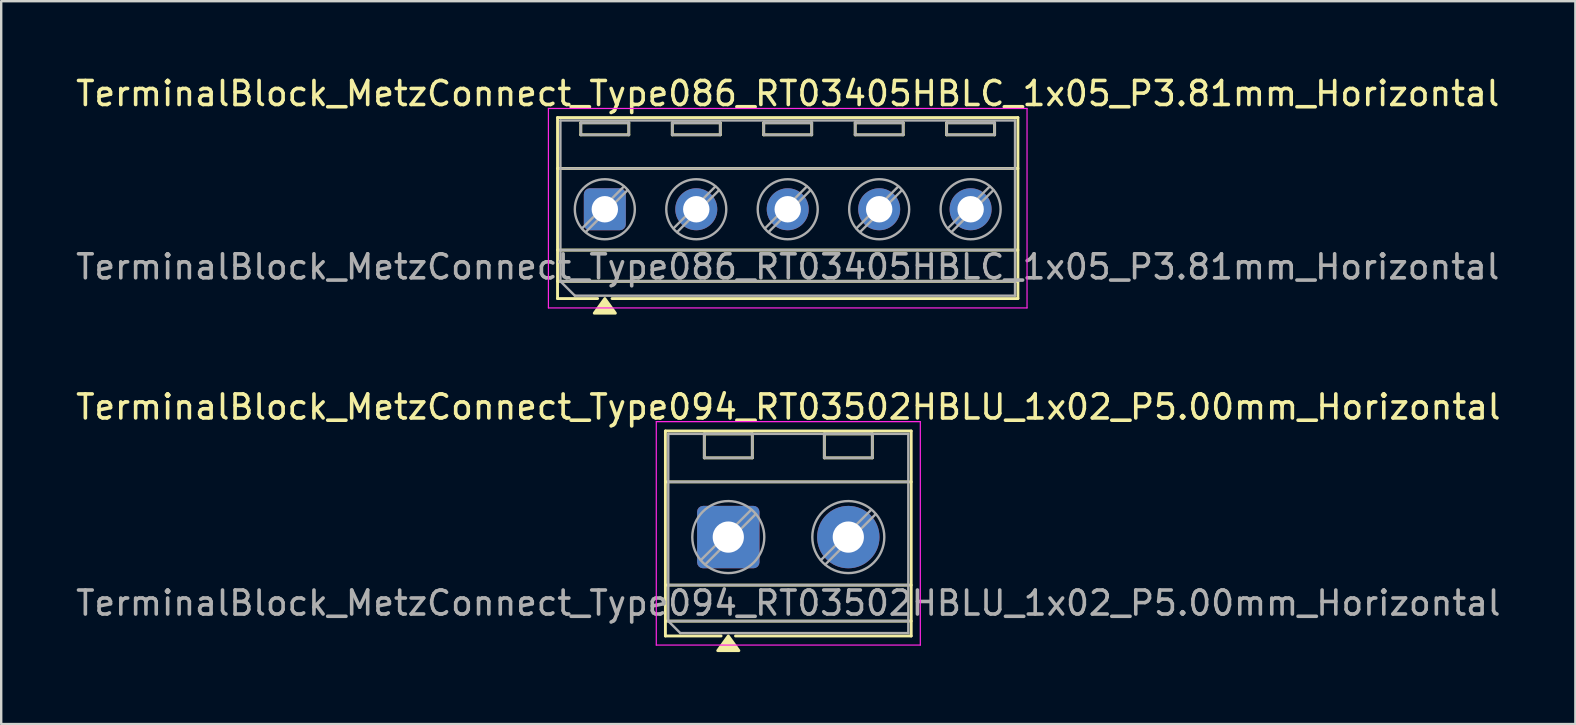
<source format=kicad_pcb>
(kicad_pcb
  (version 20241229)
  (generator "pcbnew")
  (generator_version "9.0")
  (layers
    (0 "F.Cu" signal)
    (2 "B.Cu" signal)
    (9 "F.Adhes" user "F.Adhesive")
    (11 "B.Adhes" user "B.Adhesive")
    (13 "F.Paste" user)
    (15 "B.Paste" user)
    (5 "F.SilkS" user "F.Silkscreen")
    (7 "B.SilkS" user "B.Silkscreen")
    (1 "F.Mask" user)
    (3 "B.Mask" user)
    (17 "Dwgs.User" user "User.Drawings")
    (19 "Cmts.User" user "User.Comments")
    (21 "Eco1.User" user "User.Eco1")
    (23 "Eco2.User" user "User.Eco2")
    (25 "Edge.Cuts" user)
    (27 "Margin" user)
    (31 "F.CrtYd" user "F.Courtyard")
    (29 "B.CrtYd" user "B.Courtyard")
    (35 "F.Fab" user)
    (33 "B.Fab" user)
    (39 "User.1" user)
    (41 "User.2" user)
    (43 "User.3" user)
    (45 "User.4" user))
  (footprint "TerminalBlock_MetzConnect_Type086_RT03405HBLC_1x05_P3.81mm_Horizontal"
    (layer "F.Cu")
    (at 22.148 5.668)
    (property "Reference" "TerminalBlock_MetzConnect_Type086_RT03405HBLC_1x05_P3.81mm_Horizontal" (at 7.62 -4.82 0) (layer "F.SilkS") (effects (font (size 1 1) (thickness 0.15))))
    (attr through_hole)
    (fp_line (start -1.97 -3.82) (end -1.97 3.72) (stroke (width 0.12) (type solid)) (layer "F.SilkS"))
    (fp_line (start -1.97 -3.82) (end 17.21 -3.82) (stroke (width 0.12) (type solid)) (layer "F.SilkS"))
    (fp_line (start -1.97 -1.7) (end 17.21 -1.7) (stroke (width 0.12) (type solid)) (layer "F.SilkS"))
    (fp_line (start -1.97 1.7) (end 17.21 1.7) (stroke (width 0.12) (type solid)) (layer "F.SilkS"))
    (fp_line (start -1.97 3) (end 17.21 3) (stroke (width 0.12) (type solid)) (layer "F.SilkS"))
    (fp_line (start -1.97 3.72) (end -0.3 3.72) (stroke (width 0.12) (type solid)) (layer "F.SilkS"))
    (fp_line (start -1 -3.6) (end -1 -3.1) (stroke (width 0.12) (type solid)) (layer "F.SilkS"))
    (fp_line (start -1 -3.6) (end 1 -3.6) (stroke (width 0.12) (type solid)) (layer "F.SilkS"))
    (fp_line (start -1 -3.1) (end 1 -3.1) (stroke (width 0.12) (type solid)) (layer "F.SilkS"))
    (fp_line (start 0.3 3.72) (end 17.21 3.72) (stroke (width 0.12) (type solid)) (layer "F.SilkS"))
    (fp_line (start 1 -3.6) (end 1 -3.1) (stroke (width 0.12) (type solid)) (layer "F.SilkS"))
    (fp_line (start 2.81 -3.6) (end 2.81 -3.1) (stroke (width 0.12) (type solid)) (layer "F.SilkS"))
    (fp_line (start 2.81 -3.6) (end 4.81 -3.6) (stroke (width 0.12) (type solid)) (layer "F.SilkS"))
    (fp_line (start 2.81 -3.1) (end 4.81 -3.1) (stroke (width 0.12) (type solid)) (layer "F.SilkS"))
    (fp_line (start 4.81 -3.6) (end 4.81 -3.1) (stroke (width 0.12) (type solid)) (layer "F.SilkS"))
    (fp_line (start 6.62 -3.6) (end 6.62 -3.1) (stroke (width 0.12) (type solid)) (layer "F.SilkS"))
    (fp_line (start 6.62 -3.6) (end 8.62 -3.6) (stroke (width 0.12) (type solid)) (layer "F.SilkS"))
    (fp_line (start 6.62 -3.1) (end 8.62 -3.1) (stroke (width 0.12) (type solid)) (layer "F.SilkS"))
    (fp_line (start 8.62 -3.6) (end 8.62 -3.1) (stroke (width 0.12) (type solid)) (layer "F.SilkS"))
    (fp_line (start 10.43 -3.6) (end 10.43 -3.1) (stroke (width 0.12) (type solid)) (layer "F.SilkS"))
    (fp_line (start 10.43 -3.6) (end 12.43 -3.6) (stroke (width 0.12) (type solid)) (layer "F.SilkS"))
    (fp_line (start 10.43 -3.1) (end 12.43 -3.1) (stroke (width 0.12) (type solid)) (layer "F.SilkS"))
    (fp_line (start 12.43 -3.6) (end 12.43 -3.1) (stroke (width 0.12) (type solid)) (layer "F.SilkS"))
    (fp_line (start 14.24 -3.6) (end 14.24 -3.1) (stroke (width 0.12) (type solid)) (layer "F.SilkS"))
    (fp_line (start 14.24 -3.6) (end 16.24 -3.6) (stroke (width 0.12) (type solid)) (layer "F.SilkS"))
    (fp_line (start 14.24 -3.1) (end 16.24 -3.1) (stroke (width 0.12) (type solid)) (layer "F.SilkS"))
    (fp_line (start 16.24 -3.6) (end 16.24 -3.1) (stroke (width 0.12) (type solid)) (layer "F.SilkS"))
    (fp_line (start 17.21 -3.82) (end 17.21 3.72) (stroke (width 0.12) (type solid)) (layer "F.SilkS"))
    (fp_poly (pts (xy 0 3.72) (xy 0.44 4.33) (xy -0.44 4.33)) (stroke (width 0.12) (type solid)) (fill yes) (layer "F.SilkS"))
    (fp_line (start -2.35 -4.2) (end -2.35 4.11) (stroke (width 0.05) (type solid)) (layer "F.CrtYd"))
    (fp_line (start -2.35 4.11) (end 17.59 4.11) (stroke (width 0.05) (type solid)) (layer "F.CrtYd"))
    (fp_line (start 17.59 -4.2) (end -2.35 -4.2) (stroke (width 0.05) (type solid)) (layer "F.CrtYd"))
    (fp_line (start 17.59 4.11) (end 17.59 -4.2) (stroke (width 0.05) (type solid)) (layer "F.CrtYd"))
    (fp_line (start -1.85 -3.7) (end 17.09 -3.7) (stroke (width 0.1) (type solid)) (layer "F.Fab"))
    (fp_line (start -1.85 -1.7) (end 17.09 -1.7) (stroke (width 0.1) (type solid)) (layer "F.Fab"))
    (fp_line (start -1.85 1.7) (end 17.09 1.7) (stroke (width 0.1) (type solid)) (layer "F.Fab"))
    (fp_line (start -1.85 3) (end -1.85 -3.7) (stroke (width 0.1) (type solid)) (layer "F.Fab"))
    (fp_line (start -1.85 3) (end 17.09 3) (stroke (width 0.1) (type solid)) (layer "F.Fab"))
    (fp_line (start -1.25 3.6) (end -1.85 3) (stroke (width 0.1) (type solid)) (layer "F.Fab"))
    (fp_line (start -1 -3.6) (end -1 -3.1) (stroke (width 0.1) (type solid)) (layer "F.Fab"))
    (fp_line (start -1 -3.1) (end 1 -3.1) (stroke (width 0.1) (type solid)) (layer "F.Fab"))
    (fp_line (start 0.796 -0.948) (end -0.948 0.795) (stroke (width 0.1) (type solid)) (layer "F.Fab"))
    (fp_line (start 0.948 -0.795) (end -0.796 0.948) (stroke (width 0.1) (type solid)) (layer "F.Fab"))
    (fp_line (start 1 -3.6) (end -1 -3.6) (stroke (width 0.1) (type solid)) (layer "F.Fab"))
    (fp_line (start 1 -3.1) (end 1 -3.6) (stroke (width 0.1) (type solid)) (layer "F.Fab"))
    (fp_line (start 2.81 -3.6) (end 2.81 -3.1) (stroke (width 0.1) (type solid)) (layer "F.Fab"))
    (fp_line (start 2.81 -3.1) (end 4.81 -3.1) (stroke (width 0.1) (type solid)) (layer "F.Fab"))
    (fp_line (start 4.606 -0.948) (end 2.862 0.795) (stroke (width 0.1) (type solid)) (layer "F.Fab"))
    (fp_line (start 4.758 -0.795) (end 3.014 0.948) (stroke (width 0.1) (type solid)) (layer "F.Fab"))
    (fp_line (start 4.81 -3.6) (end 2.81 -3.6) (stroke (width 0.1) (type solid)) (layer "F.Fab"))
    (fp_line (start 4.81 -3.1) (end 4.81 -3.6) (stroke (width 0.1) (type solid)) (layer "F.Fab"))
    (fp_line (start 6.62 -3.6) (end 6.62 -3.1) (stroke (width 0.1) (type solid)) (layer "F.Fab"))
    (fp_line (start 6.62 -3.1) (end 8.62 -3.1) (stroke (width 0.1) (type solid)) (layer "F.Fab"))
    (fp_line (start 8.416 -0.948) (end 6.672 0.795) (stroke (width 0.1) (type solid)) (layer "F.Fab"))
    (fp_line (start 8.568 -0.795) (end 6.824 0.948) (stroke (width 0.1) (type solid)) (layer "F.Fab"))
    (fp_line (start 8.62 -3.6) (end 6.62 -3.6) (stroke (width 0.1) (type solid)) (layer "F.Fab"))
    (fp_line (start 8.62 -3.1) (end 8.62 -3.6) (stroke (width 0.1) (type solid)) (layer "F.Fab"))
    (fp_line (start 10.43 -3.6) (end 10.43 -3.1) (stroke (width 0.1) (type solid)) (layer "F.Fab"))
    (fp_line (start 10.43 -3.1) (end 12.43 -3.1) (stroke (width 0.1) (type solid)) (layer "F.Fab"))
    (fp_line (start 12.226 -0.948) (end 10.482 0.795) (stroke (width 0.1) (type solid)) (layer "F.Fab"))
    (fp_line (start 12.378 -0.795) (end 10.634 0.948) (stroke (width 0.1) (type solid)) (layer "F.Fab"))
    (fp_line (start 12.43 -3.6) (end 10.43 -3.6) (stroke (width 0.1) (type solid)) (layer "F.Fab"))
    (fp_line (start 12.43 -3.1) (end 12.43 -3.6) (stroke (width 0.1) (type solid)) (layer "F.Fab"))
    (fp_line (start 14.24 -3.6) (end 14.24 -3.1) (stroke (width 0.1) (type solid)) (layer "F.Fab"))
    (fp_line (start 14.24 -3.1) (end 16.24 -3.1) (stroke (width 0.1) (type solid)) (layer "F.Fab"))
    (fp_line (start 16.036 -0.948) (end 14.292 0.795) (stroke (width 0.1) (type solid)) (layer "F.Fab"))
    (fp_line (start 16.188 -0.795) (end 14.444 0.948) (stroke (width 0.1) (type solid)) (layer "F.Fab"))
    (fp_line (start 16.24 -3.6) (end 14.24 -3.6) (stroke (width 0.1) (type solid)) (layer "F.Fab"))
    (fp_line (start 16.24 -3.1) (end 16.24 -3.6) (stroke (width 0.1) (type solid)) (layer "F.Fab"))
    (fp_line (start 17.09 -3.7) (end 17.09 3.6) (stroke (width 0.1) (type solid)) (layer "F.Fab"))
    (fp_line (start 17.09 3.6) (end -1.25 3.6) (stroke (width 0.1) (type solid)) (layer "F.Fab"))
    (fp_circle (center 0 0) (end 1.25 0) (stroke (width 0.1) (type solid)) (fill no) (layer "F.Fab"))
    (fp_circle (center 3.81 0) (end 5.06 0) (stroke (width 0.1) (type solid)) (fill no) (layer "F.Fab"))
    (fp_circle (center 7.62 0) (end 8.87 0) (stroke (width 0.1) (type solid)) (fill no) (layer "F.Fab"))
    (fp_circle (center 11.43 0) (end 12.68 0) (stroke (width 0.1) (type solid)) (fill no) (layer "F.Fab"))
    (fp_circle (center 15.24 0) (end 16.49 0) (stroke (width 0.1) (type solid)) (fill no) (layer "F.Fab"))
    (fp_text user "${REFERENCE}" (at 7.62 2.4 0) (layer "F.Fab") (effects (font (size 1 1) (thickness 0.15))))
    (pad "1" thru_hole roundrect (at 0 0) (size 1.75 1.75) (drill 1.1) (layers "*.Cu" "*.Mask") (roundrect_rratio 0.143))
    (pad "2" thru_hole circle (at 3.81 0) (size 1.75 1.75) (drill 1.1) (layers "*.Cu" "*.Mask"))
    (pad "3" thru_hole circle (at 7.62 0) (size 1.75 1.75) (drill 1.1) (layers "*.Cu" "*.Mask"))
    (pad "4" thru_hole circle (at 11.43 0) (size 1.75 1.75) (drill 1.1) (layers "*.Cu" "*.Mask"))
    (pad "5" thru_hole circle (at 15.24 0) (size 1.75 1.75) (drill 1.1) (layers "*.Cu" "*.Mask")))
  (footprint "TerminalBlock_MetzConnect_Type094_RT03502HBLU_1x02_P5.00mm_Horizontal"
    (layer "F.Cu")
    (at 27.292 19.326)
    (property "Reference" "TerminalBlock_MetzConnect_Type094_RT03502HBLU_1x02_P5.00mm_Horizontal" (at 2.5 -5.42 0) (layer "F.SilkS") (effects (font (size 1 1) (thickness 0.15))))
    (attr through_hole)
    (fp_line (start -2.62 -4.42) (end -2.62 4.12) (stroke (width 0.12) (type solid)) (layer "F.SilkS"))
    (fp_line (start -2.62 -4.42) (end 7.62 -4.42) (stroke (width 0.12) (type solid)) (layer "F.SilkS"))
    (fp_line (start -2.62 -2.3) (end 7.62 -2.3) (stroke (width 0.12) (type solid)) (layer "F.SilkS"))
    (fp_line (start -2.62 2) (end 7.62 2) (stroke (width 0.12) (type solid)) (layer "F.SilkS"))
    (fp_line (start -2.62 3.5) (end 7.62 3.5) (stroke (width 0.12) (type solid)) (layer "F.SilkS"))
    (fp_line (start -2.62 4.12) (end -0.3 4.12) (stroke (width 0.12) (type solid)) (layer "F.SilkS"))
    (fp_line (start -1 -4.3) (end -1 -3.3) (stroke (width 0.12) (type solid)) (layer "F.SilkS"))
    (fp_line (start -1 -4.3) (end 1 -4.3) (stroke (width 0.12) (type solid)) (layer "F.SilkS"))
    (fp_line (start -1 -3.3) (end 1 -3.3) (stroke (width 0.12) (type solid)) (layer "F.SilkS"))
    (fp_line (start 0.3 4.12) (end 7.62 4.12) (stroke (width 0.12) (type solid)) (layer "F.SilkS"))
    (fp_line (start 1 -4.3) (end 1 -3.3) (stroke (width 0.12) (type solid)) (layer "F.SilkS"))
    (fp_line (start 4 -4.3) (end 4 -3.3) (stroke (width 0.12) (type solid)) (layer "F.SilkS"))
    (fp_line (start 4 -4.3) (end 6 -4.3) (stroke (width 0.12) (type solid)) (layer "F.SilkS"))
    (fp_line (start 4 -3.3) (end 6 -3.3) (stroke (width 0.12) (type solid)) (layer "F.SilkS"))
    (fp_line (start 6 -4.3) (end 6 -3.3) (stroke (width 0.12) (type solid)) (layer "F.SilkS"))
    (fp_line (start 7.62 -4.42) (end 7.62 4.12) (stroke (width 0.12) (type solid)) (layer "F.SilkS"))
    (fp_poly (pts (xy 0 4.12) (xy 0.44 4.73) (xy -0.44 4.73)) (stroke (width 0.12) (type solid)) (fill yes) (layer "F.SilkS"))
    (fp_line (start -3 -4.81) (end -3 4.5) (stroke (width 0.05) (type solid)) (layer "F.CrtYd"))
    (fp_line (start -3 4.5) (end 8 4.5) (stroke (width 0.05) (type solid)) (layer "F.CrtYd"))
    (fp_line (start 8 -4.81) (end -3 -4.81) (stroke (width 0.05) (type solid)) (layer "F.CrtYd"))
    (fp_line (start 8 4.5) (end 8 -4.81) (stroke (width 0.05) (type solid)) (layer "F.CrtYd"))
    (fp_line (start -2.5 -4.3) (end 7.5 -4.3) (stroke (width 0.1) (type solid)) (layer "F.Fab"))
    (fp_line (start -2.5 -2.3) (end 7.5 -2.3) (stroke (width 0.1) (type solid)) (layer "F.Fab"))
    (fp_line (start -2.5 2) (end 7.5 2) (stroke (width 0.1) (type solid)) (layer "F.Fab"))
    (fp_line (start -2.5 3.5) (end -2.5 -4.3) (stroke (width 0.1) (type solid)) (layer "F.Fab"))
    (fp_line (start -2.5 3.5) (end 7.5 3.5) (stroke (width 0.1) (type solid)) (layer "F.Fab"))
    (fp_line (start -2 4) (end -2.5 3.5) (stroke (width 0.1) (type solid)) (layer "F.Fab"))
    (fp_line (start -1 -4.3) (end -1 -3.3) (stroke (width 0.1) (type solid)) (layer "F.Fab"))
    (fp_line (start -1 -3.3) (end 1 -3.3) (stroke (width 0.1) (type solid)) (layer "F.Fab"))
    (fp_line (start 0.955 -1.138) (end -1.138 0.954) (stroke (width 0.1) (type solid)) (layer "F.Fab"))
    (fp_line (start 1 -4.3) (end -1 -4.3) (stroke (width 0.1) (type solid)) (layer "F.Fab"))
    (fp_line (start 1 -3.3) (end 1 -4.3) (stroke (width 0.1) (type solid)) (layer "F.Fab"))
    (fp_line (start 1.138 -0.954) (end -0.955 1.137) (stroke (width 0.1) (type solid)) (layer "F.Fab"))
    (fp_line (start 4 -4.3) (end 4 -3.3) (stroke (width 0.1) (type solid)) (layer "F.Fab"))
    (fp_line (start 4 -3.3) (end 6 -3.3) (stroke (width 0.1) (type solid)) (layer "F.Fab"))
    (fp_line (start 5.955 -1.138) (end 3.862 0.954) (stroke (width 0.1) (type solid)) (layer "F.Fab"))
    (fp_line (start 6 -4.3) (end 4 -4.3) (stroke (width 0.1) (type solid)) (layer "F.Fab"))
    (fp_line (start 6 -3.3) (end 6 -4.3) (stroke (width 0.1) (type solid)) (layer "F.Fab"))
    (fp_line (start 6.138 -0.954) (end 4.045 1.137) (stroke (width 0.1) (type solid)) (layer "F.Fab"))
    (fp_line (start 7.5 -4.3) (end 7.5 4) (stroke (width 0.1) (type solid)) (layer "F.Fab"))
    (fp_line (start 7.5 4) (end -2 4) (stroke (width 0.1) (type solid)) (layer "F.Fab"))
    (fp_circle (center 0 0) (end 1.5 0) (stroke (width 0.1) (type solid)) (fill no) (layer "F.Fab"))
    (fp_circle (center 5 0) (end 6.5 0) (stroke (width 0.1) (type solid)) (fill no) (layer "F.Fab"))
    (fp_text user "${REFERENCE}" (at 2.5 2.75 0) (layer "F.Fab") (effects (font (size 1 1) (thickness 0.15))))
    (pad "1" thru_hole roundrect (at 0 0) (size 2.6 2.6) (drill 1.3) (layers "*.Cu" "*.Mask") (roundrect_rratio 0.096))
    (pad "2" thru_hole circle (at 5 0) (size 2.6 2.6) (drill 1.3) (layers "*.Cu" "*.Mask")))
  (gr_rect
    (start -3 -3)
    (end 62.583 27.116)
    (stroke (width 0.1) (type default))
    (fill no)
    (layer "Edge.Cuts")))
</source>
